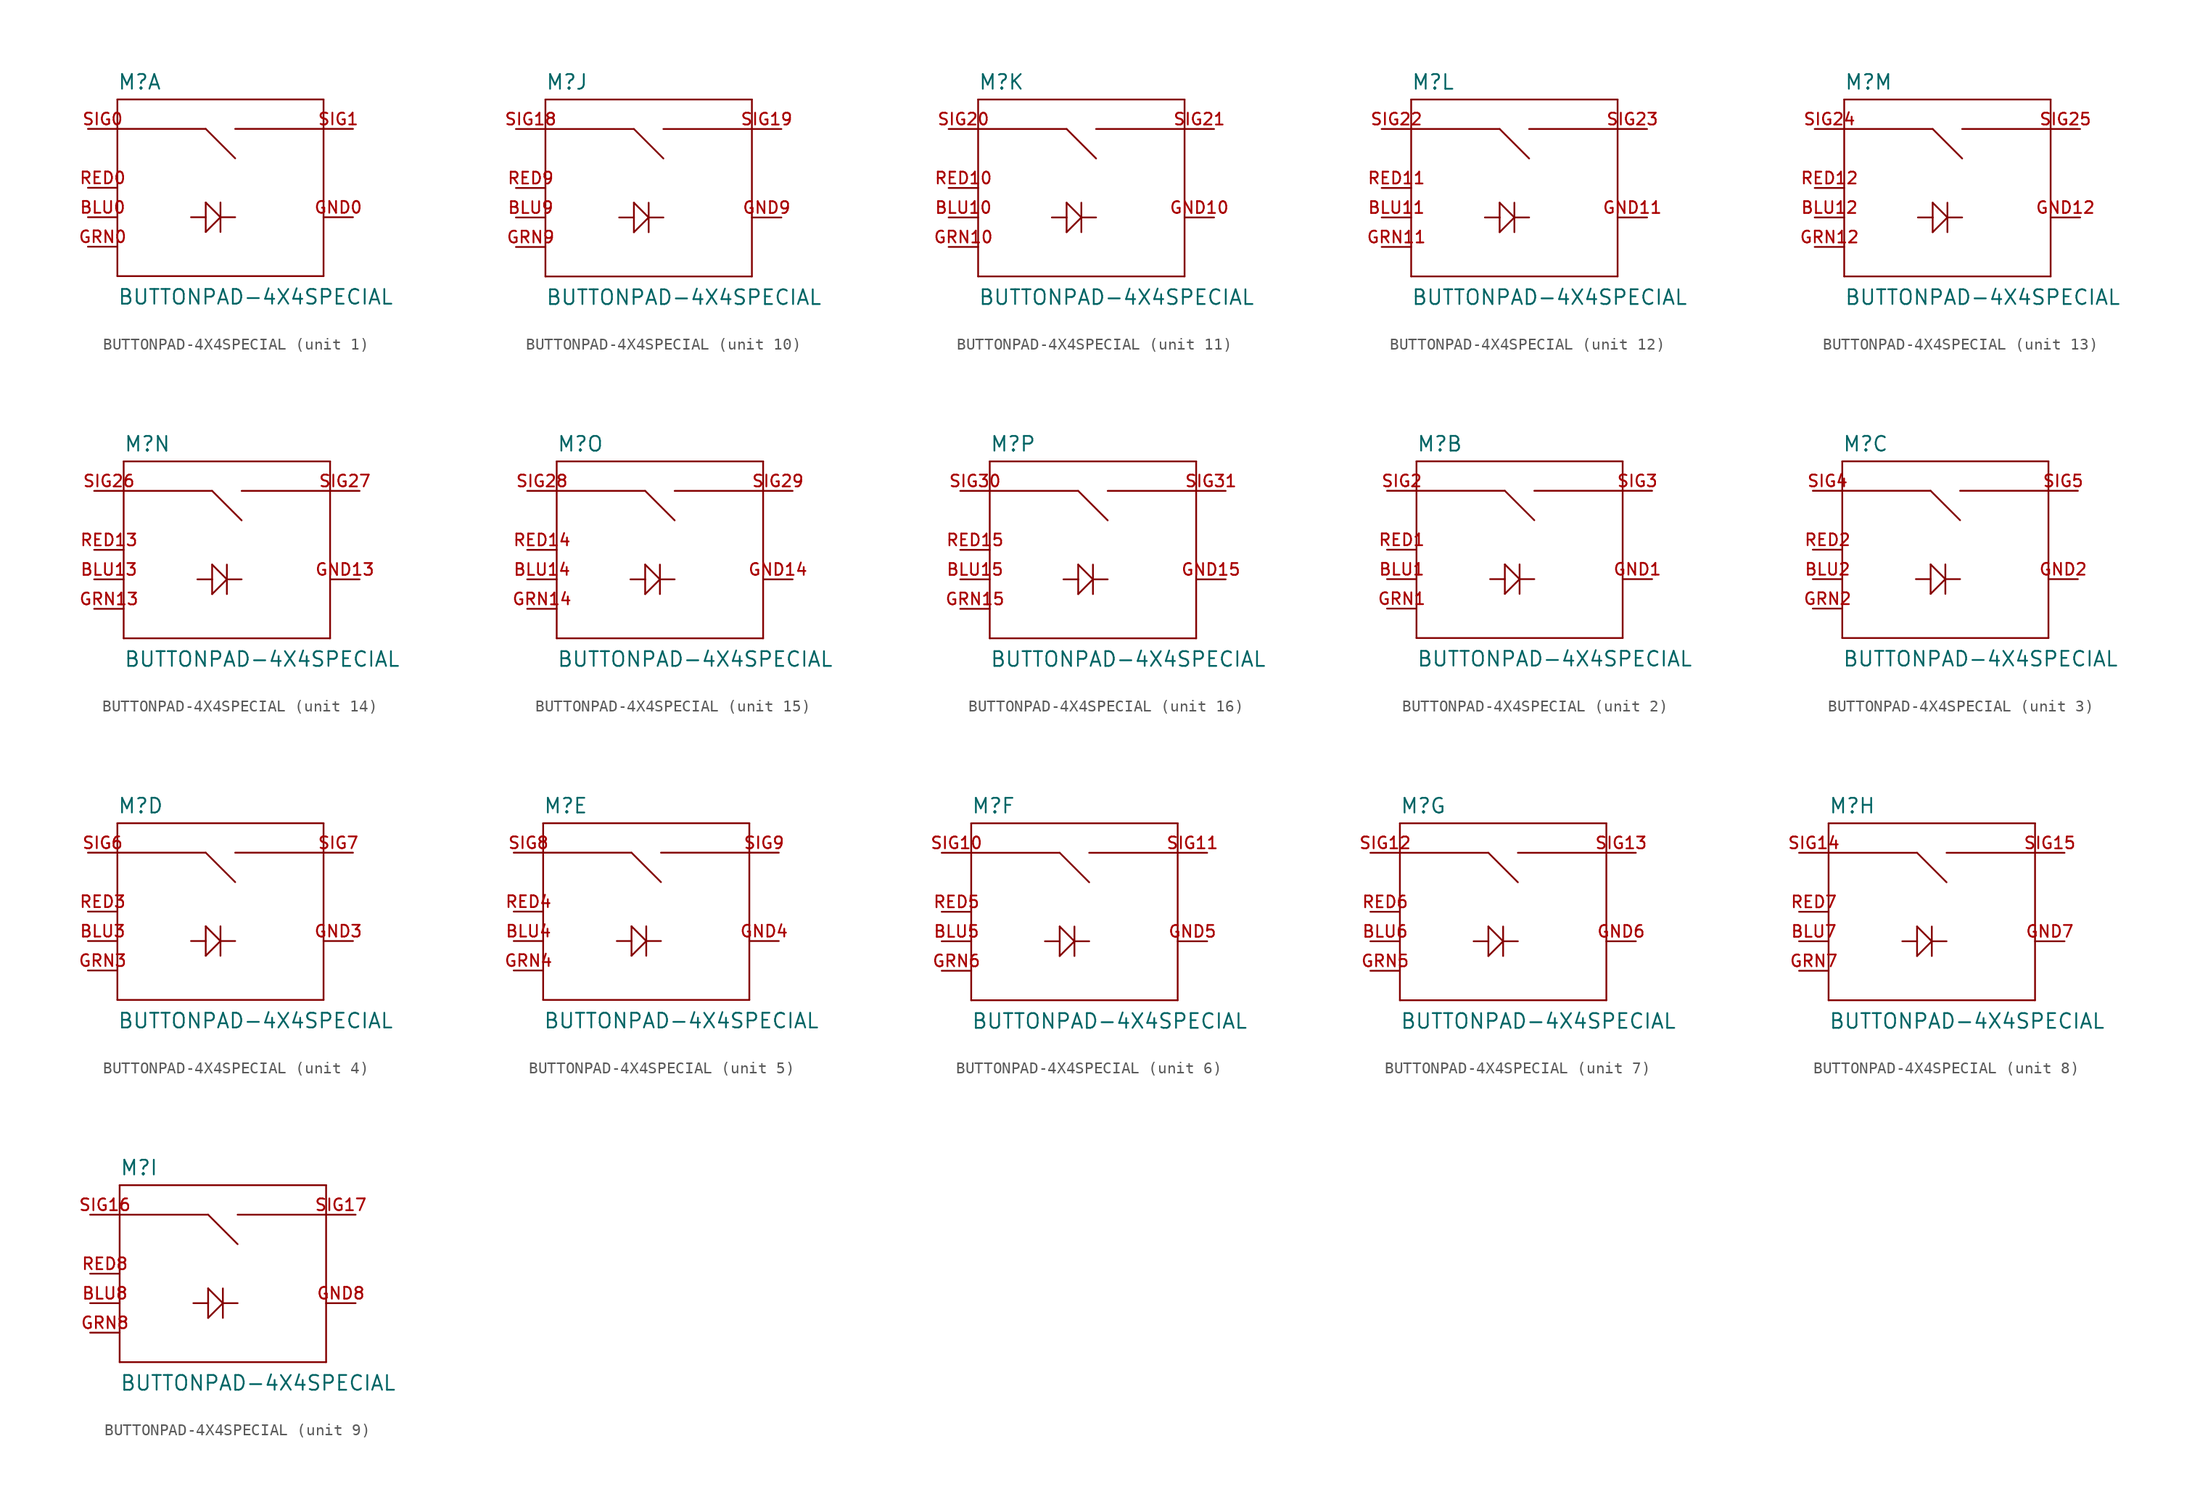
<source format=kicad_sym>
(kicad_symbol_lib
  (version 20211014)
  (generator kicad_symbol_editor)
  (symbol "BUTTONPAD-4X4SPECIAL"
    (pin_names
      (offset 1.016) hide)
    (property "Reference" "M"
      (at -7.62 8.382 0)
      (effects (font (size 1.27 1.27)) (justify left bottom)))
    (property "Value" "BUTTONPAD-4X4SPECIAL"
      (at -7.62 -10.16 0)
      (effects (font (size 1.27 1.27)) (justify left bottom)))
    (property "ki_locked" ""
      (at 0 0 0)
      (effects (font (size 1.27 1.27))))
    (symbol "BUTTONPAD-4X4SPECIAL_1_0"
      (polyline (pts (xy -7.62 -7.62) (xy -7.62 5.08)) (stroke (width 0) (type default) (color 0 0 0 0)) (fill (type none)))
      (polyline (pts (xy -7.62 5.08) (xy -7.62 7.62)) (stroke (width 0) (type default) (color 0 0 0 0)) (fill (type none)))
      (polyline (pts (xy -7.62 5.08) (xy 0 5.08)) (stroke (width 0) (type default) (color 0 0 0 0)) (fill (type none)))
      (polyline (pts (xy -7.62 7.62) (xy 10.16 7.62)) (stroke (width 0) (type default) (color 0 0 0 0)) (fill (type none)))
      (polyline (pts (xy 0 -3.81) (xy 1.27 -2.54)) (stroke (width 0) (type default) (color 0 0 0 0)) (fill (type none)))
      (polyline (pts (xy 0 -2.54) (xy -1.27 -2.54)) (stroke (width 0) (type default) (color 0 0 0 0)) (fill (type none)))
      (polyline (pts (xy 0 -2.54) (xy 0 -3.81)) (stroke (width 0) (type default) (color 0 0 0 0)) (fill (type none)))
      (polyline (pts (xy 0 -1.27) (xy 0 -2.54)) (stroke (width 0) (type default) (color 0 0 0 0)) (fill (type none)))
      (polyline (pts (xy 0 5.08) (xy 2.54 2.54)) (stroke (width 0) (type default) (color 0 0 0 0)) (fill (type none)))
      (polyline (pts (xy 1.27 -2.54) (xy 0 -1.27)) (stroke (width 0) (type default) (color 0 0 0 0)) (fill (type none)))
      (polyline (pts (xy 1.27 -2.54) (xy 1.27 -3.81)) (stroke (width 0) (type default) (color 0 0 0 0)) (fill (type none)))
      (polyline (pts (xy 1.27 -2.54) (xy 2.54 -2.54)) (stroke (width 0) (type default) (color 0 0 0 0)) (fill (type none)))
      (polyline (pts (xy 1.27 -1.27) (xy 1.27 -2.54)) (stroke (width 0) (type default) (color 0 0 0 0)) (fill (type none)))
      (polyline (pts (xy 2.54 5.08) (xy 10.16 5.08)) (stroke (width 0) (type default) (color 0 0 0 0)) (fill (type none)))
      (polyline (pts (xy 10.16 -7.62) (xy -7.62 -7.62)) (stroke (width 0) (type default) (color 0 0 0 0)) (fill (type none)))
      (polyline (pts (xy 10.16 5.08) (xy 10.16 -7.62)) (stroke (width 0) (type default) (color 0 0 0 0)) (fill (type none)))
      (polyline (pts (xy 10.16 7.62) (xy 10.16 5.08)) (stroke (width 0) (type default) (color 0 0 0 0)) (fill (type none))))
    (symbol "BUTTONPAD-4X4SPECIAL_1_1"
      (pin bidirectional line (at -10.16 -2.54 0) (length 2.54) (name "BLU" (effects (font (size 1.016 1.016)))) (number "BLU0" (effects (font (size 1.016 1.016)))))
      (pin bidirectional line (at 12.7 -2.54 180) (length 2.54) (name "GND" (effects (font (size 1.016 1.016)))) (number "GND0" (effects (font (size 1.016 1.016)))))
      (pin bidirectional line (at -10.16 -5.08 0) (length 2.54) (name "GRN" (effects (font (size 1.016 1.016)))) (number "GRN0" (effects (font (size 1.016 1.016)))))
      (pin bidirectional line (at -10.16 0 0) (length 2.54) (name "RED" (effects (font (size 1.016 1.016)))) (number "RED0" (effects (font (size 1.016 1.016)))))
      (pin bidirectional line (at -10.16 5.08 0) (length 2.54) (name "SIG1" (effects (font (size 1.016 1.016)))) (number "SIG0" (effects (font (size 1.016 1.016)))))
      (pin bidirectional line (at 12.7 5.08 180) (length 2.54) (name "SIG2" (effects (font (size 1.016 1.016)))) (number "SIG1" (effects (font (size 1.016 1.016))))))
    (symbol "BUTTONPAD-4X4SPECIAL_2_0"
      (polyline (pts (xy -7.62 -7.62) (xy -7.62 5.08)) (stroke (width 0) (type default) (color 0 0 0 0)) (fill (type none)))
      (polyline (pts (xy -7.62 5.08) (xy -7.62 7.62)) (stroke (width 0) (type default) (color 0 0 0 0)) (fill (type none)))
      (polyline (pts (xy -7.62 5.08) (xy 0 5.08)) (stroke (width 0) (type default) (color 0 0 0 0)) (fill (type none)))
      (polyline (pts (xy -7.62 7.62) (xy 10.16 7.62)) (stroke (width 0) (type default) (color 0 0 0 0)) (fill (type none)))
      (polyline (pts (xy 0 -3.81) (xy 1.27 -2.54)) (stroke (width 0) (type default) (color 0 0 0 0)) (fill (type none)))
      (polyline (pts (xy 0 -2.54) (xy -1.27 -2.54)) (stroke (width 0) (type default) (color 0 0 0 0)) (fill (type none)))
      (polyline (pts (xy 0 -2.54) (xy 0 -3.81)) (stroke (width 0) (type default) (color 0 0 0 0)) (fill (type none)))
      (polyline (pts (xy 0 -1.27) (xy 0 -2.54)) (stroke (width 0) (type default) (color 0 0 0 0)) (fill (type none)))
      (polyline (pts (xy 0 5.08) (xy 2.54 2.54)) (stroke (width 0) (type default) (color 0 0 0 0)) (fill (type none)))
      (polyline (pts (xy 1.27 -2.54) (xy 0 -1.27)) (stroke (width 0) (type default) (color 0 0 0 0)) (fill (type none)))
      (polyline (pts (xy 1.27 -2.54) (xy 1.27 -3.81)) (stroke (width 0) (type default) (color 0 0 0 0)) (fill (type none)))
      (polyline (pts (xy 1.27 -2.54) (xy 2.54 -2.54)) (stroke (width 0) (type default) (color 0 0 0 0)) (fill (type none)))
      (polyline (pts (xy 1.27 -1.27) (xy 1.27 -2.54)) (stroke (width 0) (type default) (color 0 0 0 0)) (fill (type none)))
      (polyline (pts (xy 2.54 5.08) (xy 10.16 5.08)) (stroke (width 0) (type default) (color 0 0 0 0)) (fill (type none)))
      (polyline (pts (xy 10.16 -7.62) (xy -7.62 -7.62)) (stroke (width 0) (type default) (color 0 0 0 0)) (fill (type none)))
      (polyline (pts (xy 10.16 5.08) (xy 10.16 -7.62)) (stroke (width 0) (type default) (color 0 0 0 0)) (fill (type none)))
      (polyline (pts (xy 10.16 7.62) (xy 10.16 5.08)) (stroke (width 0) (type default) (color 0 0 0 0)) (fill (type none))))
    (symbol "BUTTONPAD-4X4SPECIAL_2_1"
      (pin bidirectional line (at -10.16 -2.54 0) (length 2.54) (name "BLU" (effects (font (size 1.016 1.016)))) (number "BLU1" (effects (font (size 1.016 1.016)))))
      (pin bidirectional line (at 12.7 -2.54 180) (length 2.54) (name "GND" (effects (font (size 1.016 1.016)))) (number "GND1" (effects (font (size 1.016 1.016)))))
      (pin bidirectional line (at -10.16 -5.08 0) (length 2.54) (name "GRN" (effects (font (size 1.016 1.016)))) (number "GRN1" (effects (font (size 1.016 1.016)))))
      (pin bidirectional line (at -10.16 0 0) (length 2.54) (name "RED" (effects (font (size 1.016 1.016)))) (number "RED1" (effects (font (size 1.016 1.016)))))
      (pin bidirectional line (at -10.16 5.08 0) (length 2.54) (name "SIG1" (effects (font (size 1.016 1.016)))) (number "SIG2" (effects (font (size 1.016 1.016)))))
      (pin bidirectional line (at 12.7 5.08 180) (length 2.54) (name "SIG2" (effects (font (size 1.016 1.016)))) (number "SIG3" (effects (font (size 1.016 1.016))))))
    (symbol "BUTTONPAD-4X4SPECIAL_3_0"
      (polyline (pts (xy -7.62 -7.62) (xy -7.62 5.08)) (stroke (width 0) (type default) (color 0 0 0 0)) (fill (type none)))
      (polyline (pts (xy -7.62 5.08) (xy -7.62 7.62)) (stroke (width 0) (type default) (color 0 0 0 0)) (fill (type none)))
      (polyline (pts (xy -7.62 5.08) (xy 0 5.08)) (stroke (width 0) (type default) (color 0 0 0 0)) (fill (type none)))
      (polyline (pts (xy -7.62 7.62) (xy 10.16 7.62)) (stroke (width 0) (type default) (color 0 0 0 0)) (fill (type none)))
      (polyline (pts (xy 0 -3.81) (xy 1.27 -2.54)) (stroke (width 0) (type default) (color 0 0 0 0)) (fill (type none)))
      (polyline (pts (xy 0 -2.54) (xy -1.27 -2.54)) (stroke (width 0) (type default) (color 0 0 0 0)) (fill (type none)))
      (polyline (pts (xy 0 -2.54) (xy 0 -3.81)) (stroke (width 0) (type default) (color 0 0 0 0)) (fill (type none)))
      (polyline (pts (xy 0 -1.27) (xy 0 -2.54)) (stroke (width 0) (type default) (color 0 0 0 0)) (fill (type none)))
      (polyline (pts (xy 0 5.08) (xy 2.54 2.54)) (stroke (width 0) (type default) (color 0 0 0 0)) (fill (type none)))
      (polyline (pts (xy 1.27 -2.54) (xy 0 -1.27)) (stroke (width 0) (type default) (color 0 0 0 0)) (fill (type none)))
      (polyline (pts (xy 1.27 -2.54) (xy 1.27 -3.81)) (stroke (width 0) (type default) (color 0 0 0 0)) (fill (type none)))
      (polyline (pts (xy 1.27 -2.54) (xy 2.54 -2.54)) (stroke (width 0) (type default) (color 0 0 0 0)) (fill (type none)))
      (polyline (pts (xy 1.27 -1.27) (xy 1.27 -2.54)) (stroke (width 0) (type default) (color 0 0 0 0)) (fill (type none)))
      (polyline (pts (xy 2.54 5.08) (xy 10.16 5.08)) (stroke (width 0) (type default) (color 0 0 0 0)) (fill (type none)))
      (polyline (pts (xy 10.16 -7.62) (xy -7.62 -7.62)) (stroke (width 0) (type default) (color 0 0 0 0)) (fill (type none)))
      (polyline (pts (xy 10.16 5.08) (xy 10.16 -7.62)) (stroke (width 0) (type default) (color 0 0 0 0)) (fill (type none)))
      (polyline (pts (xy 10.16 7.62) (xy 10.16 5.08)) (stroke (width 0) (type default) (color 0 0 0 0)) (fill (type none))))
    (symbol "BUTTONPAD-4X4SPECIAL_3_1"
      (pin bidirectional line (at -10.16 -2.54 0) (length 2.54) (name "BLU" (effects (font (size 1.016 1.016)))) (number "BLU2" (effects (font (size 1.016 1.016)))))
      (pin bidirectional line (at 12.7 -2.54 180) (length 2.54) (name "GND" (effects (font (size 1.016 1.016)))) (number "GND2" (effects (font (size 1.016 1.016)))))
      (pin bidirectional line (at -10.16 -5.08 0) (length 2.54) (name "GRN" (effects (font (size 1.016 1.016)))) (number "GRN2" (effects (font (size 1.016 1.016)))))
      (pin bidirectional line (at -10.16 0 0) (length 2.54) (name "RED" (effects (font (size 1.016 1.016)))) (number "RED2" (effects (font (size 1.016 1.016)))))
      (pin bidirectional line (at -10.16 5.08 0) (length 2.54) (name "SIG1" (effects (font (size 1.016 1.016)))) (number "SIG4" (effects (font (size 1.016 1.016)))))
      (pin bidirectional line (at 12.7 5.08 180) (length 2.54) (name "SIG2" (effects (font (size 1.016 1.016)))) (number "SIG5" (effects (font (size 1.016 1.016))))))
    (symbol "BUTTONPAD-4X4SPECIAL_4_0"
      (polyline (pts (xy -7.62 -7.62) (xy -7.62 5.08)) (stroke (width 0) (type default) (color 0 0 0 0)) (fill (type none)))
      (polyline (pts (xy -7.62 5.08) (xy -7.62 7.62)) (stroke (width 0) (type default) (color 0 0 0 0)) (fill (type none)))
      (polyline (pts (xy -7.62 5.08) (xy 0 5.08)) (stroke (width 0) (type default) (color 0 0 0 0)) (fill (type none)))
      (polyline (pts (xy -7.62 7.62) (xy 10.16 7.62)) (stroke (width 0) (type default) (color 0 0 0 0)) (fill (type none)))
      (polyline (pts (xy 0 -3.81) (xy 1.27 -2.54)) (stroke (width 0) (type default) (color 0 0 0 0)) (fill (type none)))
      (polyline (pts (xy 0 -2.54) (xy -1.27 -2.54)) (stroke (width 0) (type default) (color 0 0 0 0)) (fill (type none)))
      (polyline (pts (xy 0 -2.54) (xy 0 -3.81)) (stroke (width 0) (type default) (color 0 0 0 0)) (fill (type none)))
      (polyline (pts (xy 0 -1.27) (xy 0 -2.54)) (stroke (width 0) (type default) (color 0 0 0 0)) (fill (type none)))
      (polyline (pts (xy 0 5.08) (xy 2.54 2.54)) (stroke (width 0) (type default) (color 0 0 0 0)) (fill (type none)))
      (polyline (pts (xy 1.27 -2.54) (xy 0 -1.27)) (stroke (width 0) (type default) (color 0 0 0 0)) (fill (type none)))
      (polyline (pts (xy 1.27 -2.54) (xy 1.27 -3.81)) (stroke (width 0) (type default) (color 0 0 0 0)) (fill (type none)))
      (polyline (pts (xy 1.27 -2.54) (xy 2.54 -2.54)) (stroke (width 0) (type default) (color 0 0 0 0)) (fill (type none)))
      (polyline (pts (xy 1.27 -1.27) (xy 1.27 -2.54)) (stroke (width 0) (type default) (color 0 0 0 0)) (fill (type none)))
      (polyline (pts (xy 2.54 5.08) (xy 10.16 5.08)) (stroke (width 0) (type default) (color 0 0 0 0)) (fill (type none)))
      (polyline (pts (xy 10.16 -7.62) (xy -7.62 -7.62)) (stroke (width 0) (type default) (color 0 0 0 0)) (fill (type none)))
      (polyline (pts (xy 10.16 5.08) (xy 10.16 -7.62)) (stroke (width 0) (type default) (color 0 0 0 0)) (fill (type none)))
      (polyline (pts (xy 10.16 7.62) (xy 10.16 5.08)) (stroke (width 0) (type default) (color 0 0 0 0)) (fill (type none))))
    (symbol "BUTTONPAD-4X4SPECIAL_4_1"
      (pin bidirectional line (at -10.16 -2.54 0) (length 2.54) (name "BLU" (effects (font (size 1.016 1.016)))) (number "BLU3" (effects (font (size 1.016 1.016)))))
      (pin bidirectional line (at 12.7 -2.54 180) (length 2.54) (name "GND" (effects (font (size 1.016 1.016)))) (number "GND3" (effects (font (size 1.016 1.016)))))
      (pin bidirectional line (at -10.16 -5.08 0) (length 2.54) (name "GRN" (effects (font (size 1.016 1.016)))) (number "GRN3" (effects (font (size 1.016 1.016)))))
      (pin bidirectional line (at -10.16 0 0) (length 2.54) (name "RED" (effects (font (size 1.016 1.016)))) (number "RED3" (effects (font (size 1.016 1.016)))))
      (pin bidirectional line (at -10.16 5.08 0) (length 2.54) (name "SIG1" (effects (font (size 1.016 1.016)))) (number "SIG6" (effects (font (size 1.016 1.016)))))
      (pin bidirectional line (at 12.7 5.08 180) (length 2.54) (name "SIG2" (effects (font (size 1.016 1.016)))) (number "SIG7" (effects (font (size 1.016 1.016))))))
    (symbol "BUTTONPAD-4X4SPECIAL_5_0"
      (polyline (pts (xy -7.62 -7.62) (xy -7.62 5.08)) (stroke (width 0) (type default) (color 0 0 0 0)) (fill (type none)))
      (polyline (pts (xy -7.62 5.08) (xy -7.62 7.62)) (stroke (width 0) (type default) (color 0 0 0 0)) (fill (type none)))
      (polyline (pts (xy -7.62 5.08) (xy 0 5.08)) (stroke (width 0) (type default) (color 0 0 0 0)) (fill (type none)))
      (polyline (pts (xy -7.62 7.62) (xy 10.16 7.62)) (stroke (width 0) (type default) (color 0 0 0 0)) (fill (type none)))
      (polyline (pts (xy 0 -3.81) (xy 1.27 -2.54)) (stroke (width 0) (type default) (color 0 0 0 0)) (fill (type none)))
      (polyline (pts (xy 0 -2.54) (xy -1.27 -2.54)) (stroke (width 0) (type default) (color 0 0 0 0)) (fill (type none)))
      (polyline (pts (xy 0 -2.54) (xy 0 -3.81)) (stroke (width 0) (type default) (color 0 0 0 0)) (fill (type none)))
      (polyline (pts (xy 0 -1.27) (xy 0 -2.54)) (stroke (width 0) (type default) (color 0 0 0 0)) (fill (type none)))
      (polyline (pts (xy 0 5.08) (xy 2.54 2.54)) (stroke (width 0) (type default) (color 0 0 0 0)) (fill (type none)))
      (polyline (pts (xy 1.27 -2.54) (xy 0 -1.27)) (stroke (width 0) (type default) (color 0 0 0 0)) (fill (type none)))
      (polyline (pts (xy 1.27 -2.54) (xy 1.27 -3.81)) (stroke (width 0) (type default) (color 0 0 0 0)) (fill (type none)))
      (polyline (pts (xy 1.27 -2.54) (xy 2.54 -2.54)) (stroke (width 0) (type default) (color 0 0 0 0)) (fill (type none)))
      (polyline (pts (xy 1.27 -1.27) (xy 1.27 -2.54)) (stroke (width 0) (type default) (color 0 0 0 0)) (fill (type none)))
      (polyline (pts (xy 2.54 5.08) (xy 10.16 5.08)) (stroke (width 0) (type default) (color 0 0 0 0)) (fill (type none)))
      (polyline (pts (xy 10.16 -7.62) (xy -7.62 -7.62)) (stroke (width 0) (type default) (color 0 0 0 0)) (fill (type none)))
      (polyline (pts (xy 10.16 5.08) (xy 10.16 -7.62)) (stroke (width 0) (type default) (color 0 0 0 0)) (fill (type none)))
      (polyline (pts (xy 10.16 7.62) (xy 10.16 5.08)) (stroke (width 0) (type default) (color 0 0 0 0)) (fill (type none))))
    (symbol "BUTTONPAD-4X4SPECIAL_5_1"
      (pin bidirectional line (at -10.16 -2.54 0) (length 2.54) (name "BLU" (effects (font (size 1.016 1.016)))) (number "BLU4" (effects (font (size 1.016 1.016)))))
      (pin bidirectional line (at 12.7 -2.54 180) (length 2.54) (name "GND" (effects (font (size 1.016 1.016)))) (number "GND4" (effects (font (size 1.016 1.016)))))
      (pin bidirectional line (at -10.16 -5.08 0) (length 2.54) (name "GRN" (effects (font (size 1.016 1.016)))) (number "GRN4" (effects (font (size 1.016 1.016)))))
      (pin bidirectional line (at -10.16 0 0) (length 2.54) (name "RED" (effects (font (size 1.016 1.016)))) (number "RED4" (effects (font (size 1.016 1.016)))))
      (pin bidirectional line (at -10.16 5.08 0) (length 2.54) (name "SIG1" (effects (font (size 1.016 1.016)))) (number "SIG8" (effects (font (size 1.016 1.016)))))
      (pin bidirectional line (at 12.7 5.08 180) (length 2.54) (name "SIG2" (effects (font (size 1.016 1.016)))) (number "SIG9" (effects (font (size 1.016 1.016))))))
    (symbol "BUTTONPAD-4X4SPECIAL_6_0"
      (polyline (pts (xy -7.62 -7.62) (xy -7.62 5.08)) (stroke (width 0) (type default) (color 0 0 0 0)) (fill (type none)))
      (polyline (pts (xy -7.62 5.08) (xy -7.62 7.62)) (stroke (width 0) (type default) (color 0 0 0 0)) (fill (type none)))
      (polyline (pts (xy -7.62 5.08) (xy 0 5.08)) (stroke (width 0) (type default) (color 0 0 0 0)) (fill (type none)))
      (polyline (pts (xy -7.62 7.62) (xy 10.16 7.62)) (stroke (width 0) (type default) (color 0 0 0 0)) (fill (type none)))
      (polyline (pts (xy 0 -3.81) (xy 1.27 -2.54)) (stroke (width 0) (type default) (color 0 0 0 0)) (fill (type none)))
      (polyline (pts (xy 0 -2.54) (xy -1.27 -2.54)) (stroke (width 0) (type default) (color 0 0 0 0)) (fill (type none)))
      (polyline (pts (xy 0 -2.54) (xy 0 -3.81)) (stroke (width 0) (type default) (color 0 0 0 0)) (fill (type none)))
      (polyline (pts (xy 0 -1.27) (xy 0 -2.54)) (stroke (width 0) (type default) (color 0 0 0 0)) (fill (type none)))
      (polyline (pts (xy 0 5.08) (xy 2.54 2.54)) (stroke (width 0) (type default) (color 0 0 0 0)) (fill (type none)))
      (polyline (pts (xy 1.27 -2.54) (xy 0 -1.27)) (stroke (width 0) (type default) (color 0 0 0 0)) (fill (type none)))
      (polyline (pts (xy 1.27 -2.54) (xy 1.27 -3.81)) (stroke (width 0) (type default) (color 0 0 0 0)) (fill (type none)))
      (polyline (pts (xy 1.27 -2.54) (xy 2.54 -2.54)) (stroke (width 0) (type default) (color 0 0 0 0)) (fill (type none)))
      (polyline (pts (xy 1.27 -1.27) (xy 1.27 -2.54)) (stroke (width 0) (type default) (color 0 0 0 0)) (fill (type none)))
      (polyline (pts (xy 2.54 5.08) (xy 10.16 5.08)) (stroke (width 0) (type default) (color 0 0 0 0)) (fill (type none)))
      (polyline (pts (xy 10.16 -7.62) (xy -7.62 -7.62)) (stroke (width 0) (type default) (color 0 0 0 0)) (fill (type none)))
      (polyline (pts (xy 10.16 5.08) (xy 10.16 -7.62)) (stroke (width 0) (type default) (color 0 0 0 0)) (fill (type none)))
      (polyline (pts (xy 10.16 7.62) (xy 10.16 5.08)) (stroke (width 0) (type default) (color 0 0 0 0)) (fill (type none))))
    (symbol "BUTTONPAD-4X4SPECIAL_6_1"
      (pin bidirectional line (at -10.16 -2.54 0) (length 2.54) (name "BLU" (effects (font (size 1.016 1.016)))) (number "BLU5" (effects (font (size 1.016 1.016)))))
      (pin bidirectional line (at 12.7 -2.54 180) (length 2.54) (name "GND" (effects (font (size 1.016 1.016)))) (number "GND5" (effects (font (size 1.016 1.016)))))
      (pin bidirectional line (at -10.16 -5.08 0) (length 2.54) (name "GRN" (effects (font (size 1.016 1.016)))) (number "GRN6" (effects (font (size 1.016 1.016)))))
      (pin bidirectional line (at -10.16 0 0) (length 2.54) (name "RED" (effects (font (size 1.016 1.016)))) (number "RED5" (effects (font (size 1.016 1.016)))))
      (pin bidirectional line (at -10.16 5.08 0) (length 2.54) (name "SIG1" (effects (font (size 1.016 1.016)))) (number "SIG10" (effects (font (size 1.016 1.016)))))
      (pin bidirectional line (at 12.7 5.08 180) (length 2.54) (name "SIG2" (effects (font (size 1.016 1.016)))) (number "SIG11" (effects (font (size 1.016 1.016))))))
    (symbol "BUTTONPAD-4X4SPECIAL_7_0"
      (polyline (pts (xy -7.62 -7.62) (xy -7.62 5.08)) (stroke (width 0) (type default) (color 0 0 0 0)) (fill (type none)))
      (polyline (pts (xy -7.62 5.08) (xy -7.62 7.62)) (stroke (width 0) (type default) (color 0 0 0 0)) (fill (type none)))
      (polyline (pts (xy -7.62 5.08) (xy 0 5.08)) (stroke (width 0) (type default) (color 0 0 0 0)) (fill (type none)))
      (polyline (pts (xy -7.62 7.62) (xy 10.16 7.62)) (stroke (width 0) (type default) (color 0 0 0 0)) (fill (type none)))
      (polyline (pts (xy 0 -3.81) (xy 1.27 -2.54)) (stroke (width 0) (type default) (color 0 0 0 0)) (fill (type none)))
      (polyline (pts (xy 0 -2.54) (xy -1.27 -2.54)) (stroke (width 0) (type default) (color 0 0 0 0)) (fill (type none)))
      (polyline (pts (xy 0 -2.54) (xy 0 -3.81)) (stroke (width 0) (type default) (color 0 0 0 0)) (fill (type none)))
      (polyline (pts (xy 0 -1.27) (xy 0 -2.54)) (stroke (width 0) (type default) (color 0 0 0 0)) (fill (type none)))
      (polyline (pts (xy 0 5.08) (xy 2.54 2.54)) (stroke (width 0) (type default) (color 0 0 0 0)) (fill (type none)))
      (polyline (pts (xy 1.27 -2.54) (xy 0 -1.27)) (stroke (width 0) (type default) (color 0 0 0 0)) (fill (type none)))
      (polyline (pts (xy 1.27 -2.54) (xy 1.27 -3.81)) (stroke (width 0) (type default) (color 0 0 0 0)) (fill (type none)))
      (polyline (pts (xy 1.27 -2.54) (xy 2.54 -2.54)) (stroke (width 0) (type default) (color 0 0 0 0)) (fill (type none)))
      (polyline (pts (xy 1.27 -1.27) (xy 1.27 -2.54)) (stroke (width 0) (type default) (color 0 0 0 0)) (fill (type none)))
      (polyline (pts (xy 2.54 5.08) (xy 10.16 5.08)) (stroke (width 0) (type default) (color 0 0 0 0)) (fill (type none)))
      (polyline (pts (xy 10.16 -7.62) (xy -7.62 -7.62)) (stroke (width 0) (type default) (color 0 0 0 0)) (fill (type none)))
      (polyline (pts (xy 10.16 5.08) (xy 10.16 -7.62)) (stroke (width 0) (type default) (color 0 0 0 0)) (fill (type none)))
      (polyline (pts (xy 10.16 7.62) (xy 10.16 5.08)) (stroke (width 0) (type default) (color 0 0 0 0)) (fill (type none))))
    (symbol "BUTTONPAD-4X4SPECIAL_7_1"
      (pin bidirectional line (at -10.16 -2.54 0) (length 2.54) (name "BLU" (effects (font (size 1.016 1.016)))) (number "BLU6" (effects (font (size 1.016 1.016)))))
      (pin bidirectional line (at 12.7 -2.54 180) (length 2.54) (name "GND" (effects (font (size 1.016 1.016)))) (number "GND6" (effects (font (size 1.016 1.016)))))
      (pin bidirectional line (at -10.16 -5.08 0) (length 2.54) (name "GRN" (effects (font (size 1.016 1.016)))) (number "GRN5" (effects (font (size 1.016 1.016)))))
      (pin bidirectional line (at -10.16 0 0) (length 2.54) (name "RED" (effects (font (size 1.016 1.016)))) (number "RED6" (effects (font (size 1.016 1.016)))))
      (pin bidirectional line (at -10.16 5.08 0) (length 2.54) (name "SIG1" (effects (font (size 1.016 1.016)))) (number "SIG12" (effects (font (size 1.016 1.016)))))
      (pin bidirectional line (at 12.7 5.08 180) (length 2.54) (name "SIG2" (effects (font (size 1.016 1.016)))) (number "SIG13" (effects (font (size 1.016 1.016))))))
    (symbol "BUTTONPAD-4X4SPECIAL_8_0"
      (polyline (pts (xy -7.62 -7.62) (xy -7.62 5.08)) (stroke (width 0) (type default) (color 0 0 0 0)) (fill (type none)))
      (polyline (pts (xy -7.62 5.08) (xy -7.62 7.62)) (stroke (width 0) (type default) (color 0 0 0 0)) (fill (type none)))
      (polyline (pts (xy -7.62 5.08) (xy 0 5.08)) (stroke (width 0) (type default) (color 0 0 0 0)) (fill (type none)))
      (polyline (pts (xy -7.62 7.62) (xy 10.16 7.62)) (stroke (width 0) (type default) (color 0 0 0 0)) (fill (type none)))
      (polyline (pts (xy 0 -3.81) (xy 1.27 -2.54)) (stroke (width 0) (type default) (color 0 0 0 0)) (fill (type none)))
      (polyline (pts (xy 0 -2.54) (xy -1.27 -2.54)) (stroke (width 0) (type default) (color 0 0 0 0)) (fill (type none)))
      (polyline (pts (xy 0 -2.54) (xy 0 -3.81)) (stroke (width 0) (type default) (color 0 0 0 0)) (fill (type none)))
      (polyline (pts (xy 0 -1.27) (xy 0 -2.54)) (stroke (width 0) (type default) (color 0 0 0 0)) (fill (type none)))
      (polyline (pts (xy 0 5.08) (xy 2.54 2.54)) (stroke (width 0) (type default) (color 0 0 0 0)) (fill (type none)))
      (polyline (pts (xy 1.27 -2.54) (xy 0 -1.27)) (stroke (width 0) (type default) (color 0 0 0 0)) (fill (type none)))
      (polyline (pts (xy 1.27 -2.54) (xy 1.27 -3.81)) (stroke (width 0) (type default) (color 0 0 0 0)) (fill (type none)))
      (polyline (pts (xy 1.27 -2.54) (xy 2.54 -2.54)) (stroke (width 0) (type default) (color 0 0 0 0)) (fill (type none)))
      (polyline (pts (xy 1.27 -1.27) (xy 1.27 -2.54)) (stroke (width 0) (type default) (color 0 0 0 0)) (fill (type none)))
      (polyline (pts (xy 2.54 5.08) (xy 10.16 5.08)) (stroke (width 0) (type default) (color 0 0 0 0)) (fill (type none)))
      (polyline (pts (xy 10.16 -7.62) (xy -7.62 -7.62)) (stroke (width 0) (type default) (color 0 0 0 0)) (fill (type none)))
      (polyline (pts (xy 10.16 5.08) (xy 10.16 -7.62)) (stroke (width 0) (type default) (color 0 0 0 0)) (fill (type none)))
      (polyline (pts (xy 10.16 7.62) (xy 10.16 5.08)) (stroke (width 0) (type default) (color 0 0 0 0)) (fill (type none))))
    (symbol "BUTTONPAD-4X4SPECIAL_8_1"
      (pin bidirectional line (at -10.16 -2.54 0) (length 2.54) (name "BLU" (effects (font (size 1.016 1.016)))) (number "BLU7" (effects (font (size 1.016 1.016)))))
      (pin bidirectional line (at 12.7 -2.54 180) (length 2.54) (name "GND" (effects (font (size 1.016 1.016)))) (number "GND7" (effects (font (size 1.016 1.016)))))
      (pin bidirectional line (at -10.16 -5.08 0) (length 2.54) (name "GRN" (effects (font (size 1.016 1.016)))) (number "GRN7" (effects (font (size 1.016 1.016)))))
      (pin bidirectional line (at -10.16 0 0) (length 2.54) (name "RED" (effects (font (size 1.016 1.016)))) (number "RED7" (effects (font (size 1.016 1.016)))))
      (pin bidirectional line (at -10.16 5.08 0) (length 2.54) (name "SIG1" (effects (font (size 1.016 1.016)))) (number "SIG14" (effects (font (size 1.016 1.016)))))
      (pin bidirectional line (at 12.7 5.08 180) (length 2.54) (name "SIG2" (effects (font (size 1.016 1.016)))) (number "SIG15" (effects (font (size 1.016 1.016))))))
    (symbol "BUTTONPAD-4X4SPECIAL_9_0"
      (polyline (pts (xy -7.62 -7.62) (xy -7.62 5.08)) (stroke (width 0) (type default) (color 0 0 0 0)) (fill (type none)))
      (polyline (pts (xy -7.62 5.08) (xy -7.62 7.62)) (stroke (width 0) (type default) (color 0 0 0 0)) (fill (type none)))
      (polyline (pts (xy -7.62 5.08) (xy 0 5.08)) (stroke (width 0) (type default) (color 0 0 0 0)) (fill (type none)))
      (polyline (pts (xy -7.62 7.62) (xy 10.16 7.62)) (stroke (width 0) (type default) (color 0 0 0 0)) (fill (type none)))
      (polyline (pts (xy 0 -3.81) (xy 1.27 -2.54)) (stroke (width 0) (type default) (color 0 0 0 0)) (fill (type none)))
      (polyline (pts (xy 0 -2.54) (xy -1.27 -2.54)) (stroke (width 0) (type default) (color 0 0 0 0)) (fill (type none)))
      (polyline (pts (xy 0 -2.54) (xy 0 -3.81)) (stroke (width 0) (type default) (color 0 0 0 0)) (fill (type none)))
      (polyline (pts (xy 0 -1.27) (xy 0 -2.54)) (stroke (width 0) (type default) (color 0 0 0 0)) (fill (type none)))
      (polyline (pts (xy 0 5.08) (xy 2.54 2.54)) (stroke (width 0) (type default) (color 0 0 0 0)) (fill (type none)))
      (polyline (pts (xy 1.27 -2.54) (xy 0 -1.27)) (stroke (width 0) (type default) (color 0 0 0 0)) (fill (type none)))
      (polyline (pts (xy 1.27 -2.54) (xy 1.27 -3.81)) (stroke (width 0) (type default) (color 0 0 0 0)) (fill (type none)))
      (polyline (pts (xy 1.27 -2.54) (xy 2.54 -2.54)) (stroke (width 0) (type default) (color 0 0 0 0)) (fill (type none)))
      (polyline (pts (xy 1.27 -1.27) (xy 1.27 -2.54)) (stroke (width 0) (type default) (color 0 0 0 0)) (fill (type none)))
      (polyline (pts (xy 2.54 5.08) (xy 10.16 5.08)) (stroke (width 0) (type default) (color 0 0 0 0)) (fill (type none)))
      (polyline (pts (xy 10.16 -7.62) (xy -7.62 -7.62)) (stroke (width 0) (type default) (color 0 0 0 0)) (fill (type none)))
      (polyline (pts (xy 10.16 5.08) (xy 10.16 -7.62)) (stroke (width 0) (type default) (color 0 0 0 0)) (fill (type none)))
      (polyline (pts (xy 10.16 7.62) (xy 10.16 5.08)) (stroke (width 0) (type default) (color 0 0 0 0)) (fill (type none))))
    (symbol "BUTTONPAD-4X4SPECIAL_9_1"
      (pin bidirectional line (at -10.16 -2.54 0) (length 2.54) (name "BLU" (effects (font (size 1.016 1.016)))) (number "BLU8" (effects (font (size 1.016 1.016)))))
      (pin bidirectional line (at 12.7 -2.54 180) (length 2.54) (name "GND" (effects (font (size 1.016 1.016)))) (number "GND8" (effects (font (size 1.016 1.016)))))
      (pin bidirectional line (at -10.16 -5.08 0) (length 2.54) (name "GRN" (effects (font (size 1.016 1.016)))) (number "GRN8" (effects (font (size 1.016 1.016)))))
      (pin bidirectional line (at -10.16 0 0) (length 2.54) (name "RED" (effects (font (size 1.016 1.016)))) (number "RED8" (effects (font (size 1.016 1.016)))))
      (pin bidirectional line (at -10.16 5.08 0) (length 2.54) (name "SIG1" (effects (font (size 1.016 1.016)))) (number "SIG16" (effects (font (size 1.016 1.016)))))
      (pin bidirectional line (at 12.7 5.08 180) (length 2.54) (name "SIG2" (effects (font (size 1.016 1.016)))) (number "SIG17" (effects (font (size 1.016 1.016))))))
    (symbol "BUTTONPAD-4X4SPECIAL_10_0"
      (polyline (pts (xy -7.62 -7.62) (xy -7.62 5.08)) (stroke (width 0) (type default) (color 0 0 0 0)) (fill (type none)))
      (polyline (pts (xy -7.62 5.08) (xy -7.62 7.62)) (stroke (width 0) (type default) (color 0 0 0 0)) (fill (type none)))
      (polyline (pts (xy -7.62 5.08) (xy 0 5.08)) (stroke (width 0) (type default) (color 0 0 0 0)) (fill (type none)))
      (polyline (pts (xy -7.62 7.62) (xy 10.16 7.62)) (stroke (width 0) (type default) (color 0 0 0 0)) (fill (type none)))
      (polyline (pts (xy 0 -3.81) (xy 1.27 -2.54)) (stroke (width 0) (type default) (color 0 0 0 0)) (fill (type none)))
      (polyline (pts (xy 0 -2.54) (xy -1.27 -2.54)) (stroke (width 0) (type default) (color 0 0 0 0)) (fill (type none)))
      (polyline (pts (xy 0 -2.54) (xy 0 -3.81)) (stroke (width 0) (type default) (color 0 0 0 0)) (fill (type none)))
      (polyline (pts (xy 0 -1.27) (xy 0 -2.54)) (stroke (width 0) (type default) (color 0 0 0 0)) (fill (type none)))
      (polyline (pts (xy 0 5.08) (xy 2.54 2.54)) (stroke (width 0) (type default) (color 0 0 0 0)) (fill (type none)))
      (polyline (pts (xy 1.27 -2.54) (xy 0 -1.27)) (stroke (width 0) (type default) (color 0 0 0 0)) (fill (type none)))
      (polyline (pts (xy 1.27 -2.54) (xy 1.27 -3.81)) (stroke (width 0) (type default) (color 0 0 0 0)) (fill (type none)))
      (polyline (pts (xy 1.27 -2.54) (xy 2.54 -2.54)) (stroke (width 0) (type default) (color 0 0 0 0)) (fill (type none)))
      (polyline (pts (xy 1.27 -1.27) (xy 1.27 -2.54)) (stroke (width 0) (type default) (color 0 0 0 0)) (fill (type none)))
      (polyline (pts (xy 2.54 5.08) (xy 10.16 5.08)) (stroke (width 0) (type default) (color 0 0 0 0)) (fill (type none)))
      (polyline (pts (xy 10.16 -7.62) (xy -7.62 -7.62)) (stroke (width 0) (type default) (color 0 0 0 0)) (fill (type none)))
      (polyline (pts (xy 10.16 5.08) (xy 10.16 -7.62)) (stroke (width 0) (type default) (color 0 0 0 0)) (fill (type none)))
      (polyline (pts (xy 10.16 7.62) (xy 10.16 5.08)) (stroke (width 0) (type default) (color 0 0 0 0)) (fill (type none))))
    (symbol "BUTTONPAD-4X4SPECIAL_10_1"
      (pin bidirectional line (at -10.16 -2.54 0) (length 2.54) (name "BLU" (effects (font (size 1.016 1.016)))) (number "BLU9" (effects (font (size 1.016 1.016)))))
      (pin bidirectional line (at 12.7 -2.54 180) (length 2.54) (name "GND" (effects (font (size 1.016 1.016)))) (number "GND9" (effects (font (size 1.016 1.016)))))
      (pin bidirectional line (at -10.16 -5.08 0) (length 2.54) (name "GRN" (effects (font (size 1.016 1.016)))) (number "GRN9" (effects (font (size 1.016 1.016)))))
      (pin bidirectional line (at -10.16 0 0) (length 2.54) (name "RED" (effects (font (size 1.016 1.016)))) (number "RED9" (effects (font (size 1.016 1.016)))))
      (pin bidirectional line (at -10.16 5.08 0) (length 2.54) (name "SIG1" (effects (font (size 1.016 1.016)))) (number "SIG18" (effects (font (size 1.016 1.016)))))
      (pin bidirectional line (at 12.7 5.08 180) (length 2.54) (name "SIG2" (effects (font (size 1.016 1.016)))) (number "SIG19" (effects (font (size 1.016 1.016))))))
    (symbol "BUTTONPAD-4X4SPECIAL_11_0"
      (polyline (pts (xy -7.62 -7.62) (xy -7.62 5.08)) (stroke (width 0) (type default) (color 0 0 0 0)) (fill (type none)))
      (polyline (pts (xy -7.62 5.08) (xy -7.62 7.62)) (stroke (width 0) (type default) (color 0 0 0 0)) (fill (type none)))
      (polyline (pts (xy -7.62 5.08) (xy 0 5.08)) (stroke (width 0) (type default) (color 0 0 0 0)) (fill (type none)))
      (polyline (pts (xy -7.62 7.62) (xy 10.16 7.62)) (stroke (width 0) (type default) (color 0 0 0 0)) (fill (type none)))
      (polyline (pts (xy 0 -3.81) (xy 1.27 -2.54)) (stroke (width 0) (type default) (color 0 0 0 0)) (fill (type none)))
      (polyline (pts (xy 0 -2.54) (xy -1.27 -2.54)) (stroke (width 0) (type default) (color 0 0 0 0)) (fill (type none)))
      (polyline (pts (xy 0 -2.54) (xy 0 -3.81)) (stroke (width 0) (type default) (color 0 0 0 0)) (fill (type none)))
      (polyline (pts (xy 0 -1.27) (xy 0 -2.54)) (stroke (width 0) (type default) (color 0 0 0 0)) (fill (type none)))
      (polyline (pts (xy 0 5.08) (xy 2.54 2.54)) (stroke (width 0) (type default) (color 0 0 0 0)) (fill (type none)))
      (polyline (pts (xy 1.27 -2.54) (xy 0 -1.27)) (stroke (width 0) (type default) (color 0 0 0 0)) (fill (type none)))
      (polyline (pts (xy 1.27 -2.54) (xy 1.27 -3.81)) (stroke (width 0) (type default) (color 0 0 0 0)) (fill (type none)))
      (polyline (pts (xy 1.27 -2.54) (xy 2.54 -2.54)) (stroke (width 0) (type default) (color 0 0 0 0)) (fill (type none)))
      (polyline (pts (xy 1.27 -1.27) (xy 1.27 -2.54)) (stroke (width 0) (type default) (color 0 0 0 0)) (fill (type none)))
      (polyline (pts (xy 2.54 5.08) (xy 10.16 5.08)) (stroke (width 0) (type default) (color 0 0 0 0)) (fill (type none)))
      (polyline (pts (xy 10.16 -7.62) (xy -7.62 -7.62)) (stroke (width 0) (type default) (color 0 0 0 0)) (fill (type none)))
      (polyline (pts (xy 10.16 5.08) (xy 10.16 -7.62)) (stroke (width 0) (type default) (color 0 0 0 0)) (fill (type none)))
      (polyline (pts (xy 10.16 7.62) (xy 10.16 5.08)) (stroke (width 0) (type default) (color 0 0 0 0)) (fill (type none))))
    (symbol "BUTTONPAD-4X4SPECIAL_11_1"
      (pin bidirectional line (at -10.16 -2.54 0) (length 2.54) (name "BLU" (effects (font (size 1.016 1.016)))) (number "BLU10" (effects (font (size 1.016 1.016)))))
      (pin bidirectional line (at 12.7 -2.54 180) (length 2.54) (name "GND" (effects (font (size 1.016 1.016)))) (number "GND10" (effects (font (size 1.016 1.016)))))
      (pin bidirectional line (at -10.16 -5.08 0) (length 2.54) (name "GRN" (effects (font (size 1.016 1.016)))) (number "GRN10" (effects (font (size 1.016 1.016)))))
      (pin bidirectional line (at -10.16 0 0) (length 2.54) (name "RED" (effects (font (size 1.016 1.016)))) (number "RED10" (effects (font (size 1.016 1.016)))))
      (pin bidirectional line (at -10.16 5.08 0) (length 2.54) (name "SIG1" (effects (font (size 1.016 1.016)))) (number "SIG20" (effects (font (size 1.016 1.016)))))
      (pin bidirectional line (at 12.7 5.08 180) (length 2.54) (name "SIG2" (effects (font (size 1.016 1.016)))) (number "SIG21" (effects (font (size 1.016 1.016))))))
    (symbol "BUTTONPAD-4X4SPECIAL_12_0"
      (polyline (pts (xy -7.62 -7.62) (xy -7.62 5.08)) (stroke (width 0) (type default) (color 0 0 0 0)) (fill (type none)))
      (polyline (pts (xy -7.62 5.08) (xy -7.62 7.62)) (stroke (width 0) (type default) (color 0 0 0 0)) (fill (type none)))
      (polyline (pts (xy -7.62 5.08) (xy 0 5.08)) (stroke (width 0) (type default) (color 0 0 0 0)) (fill (type none)))
      (polyline (pts (xy -7.62 7.62) (xy 10.16 7.62)) (stroke (width 0) (type default) (color 0 0 0 0)) (fill (type none)))
      (polyline (pts (xy 0 -3.81) (xy 1.27 -2.54)) (stroke (width 0) (type default) (color 0 0 0 0)) (fill (type none)))
      (polyline (pts (xy 0 -2.54) (xy -1.27 -2.54)) (stroke (width 0) (type default) (color 0 0 0 0)) (fill (type none)))
      (polyline (pts (xy 0 -2.54) (xy 0 -3.81)) (stroke (width 0) (type default) (color 0 0 0 0)) (fill (type none)))
      (polyline (pts (xy 0 -1.27) (xy 0 -2.54)) (stroke (width 0) (type default) (color 0 0 0 0)) (fill (type none)))
      (polyline (pts (xy 0 5.08) (xy 2.54 2.54)) (stroke (width 0) (type default) (color 0 0 0 0)) (fill (type none)))
      (polyline (pts (xy 1.27 -2.54) (xy 0 -1.27)) (stroke (width 0) (type default) (color 0 0 0 0)) (fill (type none)))
      (polyline (pts (xy 1.27 -2.54) (xy 1.27 -3.81)) (stroke (width 0) (type default) (color 0 0 0 0)) (fill (type none)))
      (polyline (pts (xy 1.27 -2.54) (xy 2.54 -2.54)) (stroke (width 0) (type default) (color 0 0 0 0)) (fill (type none)))
      (polyline (pts (xy 1.27 -1.27) (xy 1.27 -2.54)) (stroke (width 0) (type default) (color 0 0 0 0)) (fill (type none)))
      (polyline (pts (xy 2.54 5.08) (xy 10.16 5.08)) (stroke (width 0) (type default) (color 0 0 0 0)) (fill (type none)))
      (polyline (pts (xy 10.16 -7.62) (xy -7.62 -7.62)) (stroke (width 0) (type default) (color 0 0 0 0)) (fill (type none)))
      (polyline (pts (xy 10.16 5.08) (xy 10.16 -7.62)) (stroke (width 0) (type default) (color 0 0 0 0)) (fill (type none)))
      (polyline (pts (xy 10.16 7.62) (xy 10.16 5.08)) (stroke (width 0) (type default) (color 0 0 0 0)) (fill (type none))))
    (symbol "BUTTONPAD-4X4SPECIAL_12_1"
      (pin bidirectional line (at -10.16 -2.54 0) (length 2.54) (name "BLU" (effects (font (size 1.016 1.016)))) (number "BLU11" (effects (font (size 1.016 1.016)))))
      (pin bidirectional line (at 12.7 -2.54 180) (length 2.54) (name "GND" (effects (font (size 1.016 1.016)))) (number "GND11" (effects (font (size 1.016 1.016)))))
      (pin bidirectional line (at -10.16 -5.08 0) (length 2.54) (name "GRN" (effects (font (size 1.016 1.016)))) (number "GRN11" (effects (font (size 1.016 1.016)))))
      (pin bidirectional line (at -10.16 0 0) (length 2.54) (name "RED" (effects (font (size 1.016 1.016)))) (number "RED11" (effects (font (size 1.016 1.016)))))
      (pin bidirectional line (at -10.16 5.08 0) (length 2.54) (name "SIG1" (effects (font (size 1.016 1.016)))) (number "SIG22" (effects (font (size 1.016 1.016)))))
      (pin bidirectional line (at 12.7 5.08 180) (length 2.54) (name "SIG2" (effects (font (size 1.016 1.016)))) (number "SIG23" (effects (font (size 1.016 1.016))))))
    (symbol "BUTTONPAD-4X4SPECIAL_13_0"
      (polyline (pts (xy -7.62 -7.62) (xy -7.62 5.08)) (stroke (width 0) (type default) (color 0 0 0 0)) (fill (type none)))
      (polyline (pts (xy -7.62 5.08) (xy -7.62 7.62)) (stroke (width 0) (type default) (color 0 0 0 0)) (fill (type none)))
      (polyline (pts (xy -7.62 5.08) (xy 0 5.08)) (stroke (width 0) (type default) (color 0 0 0 0)) (fill (type none)))
      (polyline (pts (xy -7.62 7.62) (xy 10.16 7.62)) (stroke (width 0) (type default) (color 0 0 0 0)) (fill (type none)))
      (polyline (pts (xy 0 -3.81) (xy 1.27 -2.54)) (stroke (width 0) (type default) (color 0 0 0 0)) (fill (type none)))
      (polyline (pts (xy 0 -2.54) (xy -1.27 -2.54)) (stroke (width 0) (type default) (color 0 0 0 0)) (fill (type none)))
      (polyline (pts (xy 0 -2.54) (xy 0 -3.81)) (stroke (width 0) (type default) (color 0 0 0 0)) (fill (type none)))
      (polyline (pts (xy 0 -1.27) (xy 0 -2.54)) (stroke (width 0) (type default) (color 0 0 0 0)) (fill (type none)))
      (polyline (pts (xy 0 5.08) (xy 2.54 2.54)) (stroke (width 0) (type default) (color 0 0 0 0)) (fill (type none)))
      (polyline (pts (xy 1.27 -2.54) (xy 0 -1.27)) (stroke (width 0) (type default) (color 0 0 0 0)) (fill (type none)))
      (polyline (pts (xy 1.27 -2.54) (xy 1.27 -3.81)) (stroke (width 0) (type default) (color 0 0 0 0)) (fill (type none)))
      (polyline (pts (xy 1.27 -2.54) (xy 2.54 -2.54)) (stroke (width 0) (type default) (color 0 0 0 0)) (fill (type none)))
      (polyline (pts (xy 1.27 -1.27) (xy 1.27 -2.54)) (stroke (width 0) (type default) (color 0 0 0 0)) (fill (type none)))
      (polyline (pts (xy 2.54 5.08) (xy 10.16 5.08)) (stroke (width 0) (type default) (color 0 0 0 0)) (fill (type none)))
      (polyline (pts (xy 10.16 -7.62) (xy -7.62 -7.62)) (stroke (width 0) (type default) (color 0 0 0 0)) (fill (type none)))
      (polyline (pts (xy 10.16 5.08) (xy 10.16 -7.62)) (stroke (width 0) (type default) (color 0 0 0 0)) (fill (type none)))
      (polyline (pts (xy 10.16 7.62) (xy 10.16 5.08)) (stroke (width 0) (type default) (color 0 0 0 0)) (fill (type none))))
    (symbol "BUTTONPAD-4X4SPECIAL_13_1"
      (pin bidirectional line (at -10.16 -2.54 0) (length 2.54) (name "BLU" (effects (font (size 1.016 1.016)))) (number "BLU12" (effects (font (size 1.016 1.016)))))
      (pin bidirectional line (at 12.7 -2.54 180) (length 2.54) (name "GND" (effects (font (size 1.016 1.016)))) (number "GND12" (effects (font (size 1.016 1.016)))))
      (pin bidirectional line (at -10.16 -5.08 0) (length 2.54) (name "GRN" (effects (font (size 1.016 1.016)))) (number "GRN12" (effects (font (size 1.016 1.016)))))
      (pin bidirectional line (at -10.16 0 0) (length 2.54) (name "RED" (effects (font (size 1.016 1.016)))) (number "RED12" (effects (font (size 1.016 1.016)))))
      (pin bidirectional line (at -10.16 5.08 0) (length 2.54) (name "SIG1" (effects (font (size 1.016 1.016)))) (number "SIG24" (effects (font (size 1.016 1.016)))))
      (pin bidirectional line (at 12.7 5.08 180) (length 2.54) (name "SIG2" (effects (font (size 1.016 1.016)))) (number "SIG25" (effects (font (size 1.016 1.016))))))
    (symbol "BUTTONPAD-4X4SPECIAL_14_0"
      (polyline (pts (xy -7.62 -7.62) (xy -7.62 5.08)) (stroke (width 0) (type default) (color 0 0 0 0)) (fill (type none)))
      (polyline (pts (xy -7.62 5.08) (xy -7.62 7.62)) (stroke (width 0) (type default) (color 0 0 0 0)) (fill (type none)))
      (polyline (pts (xy -7.62 5.08) (xy 0 5.08)) (stroke (width 0) (type default) (color 0 0 0 0)) (fill (type none)))
      (polyline (pts (xy -7.62 7.62) (xy 10.16 7.62)) (stroke (width 0) (type default) (color 0 0 0 0)) (fill (type none)))
      (polyline (pts (xy 0 -3.81) (xy 1.27 -2.54)) (stroke (width 0) (type default) (color 0 0 0 0)) (fill (type none)))
      (polyline (pts (xy 0 -2.54) (xy -1.27 -2.54)) (stroke (width 0) (type default) (color 0 0 0 0)) (fill (type none)))
      (polyline (pts (xy 0 -2.54) (xy 0 -3.81)) (stroke (width 0) (type default) (color 0 0 0 0)) (fill (type none)))
      (polyline (pts (xy 0 -1.27) (xy 0 -2.54)) (stroke (width 0) (type default) (color 0 0 0 0)) (fill (type none)))
      (polyline (pts (xy 0 5.08) (xy 2.54 2.54)) (stroke (width 0) (type default) (color 0 0 0 0)) (fill (type none)))
      (polyline (pts (xy 1.27 -2.54) (xy 0 -1.27)) (stroke (width 0) (type default) (color 0 0 0 0)) (fill (type none)))
      (polyline (pts (xy 1.27 -2.54) (xy 1.27 -3.81)) (stroke (width 0) (type default) (color 0 0 0 0)) (fill (type none)))
      (polyline (pts (xy 1.27 -2.54) (xy 2.54 -2.54)) (stroke (width 0) (type default) (color 0 0 0 0)) (fill (type none)))
      (polyline (pts (xy 1.27 -1.27) (xy 1.27 -2.54)) (stroke (width 0) (type default) (color 0 0 0 0)) (fill (type none)))
      (polyline (pts (xy 2.54 5.08) (xy 10.16 5.08)) (stroke (width 0) (type default) (color 0 0 0 0)) (fill (type none)))
      (polyline (pts (xy 10.16 -7.62) (xy -7.62 -7.62)) (stroke (width 0) (type default) (color 0 0 0 0)) (fill (type none)))
      (polyline (pts (xy 10.16 5.08) (xy 10.16 -7.62)) (stroke (width 0) (type default) (color 0 0 0 0)) (fill (type none)))
      (polyline (pts (xy 10.16 7.62) (xy 10.16 5.08)) (stroke (width 0) (type default) (color 0 0 0 0)) (fill (type none))))
    (symbol "BUTTONPAD-4X4SPECIAL_14_1"
      (pin bidirectional line (at -10.16 -2.54 0) (length 2.54) (name "BLU" (effects (font (size 1.016 1.016)))) (number "BLU13" (effects (font (size 1.016 1.016)))))
      (pin bidirectional line (at 12.7 -2.54 180) (length 2.54) (name "GND" (effects (font (size 1.016 1.016)))) (number "GND13" (effects (font (size 1.016 1.016)))))
      (pin bidirectional line (at -10.16 -5.08 0) (length 2.54) (name "GRN" (effects (font (size 1.016 1.016)))) (number "GRN13" (effects (font (size 1.016 1.016)))))
      (pin bidirectional line (at -10.16 0 0) (length 2.54) (name "RED" (effects (font (size 1.016 1.016)))) (number "RED13" (effects (font (size 1.016 1.016)))))
      (pin bidirectional line (at -10.16 5.08 0) (length 2.54) (name "SIG1" (effects (font (size 1.016 1.016)))) (number "SIG26" (effects (font (size 1.016 1.016)))))
      (pin bidirectional line (at 12.7 5.08 180) (length 2.54) (name "SIG2" (effects (font (size 1.016 1.016)))) (number "SIG27" (effects (font (size 1.016 1.016))))))
    (symbol "BUTTONPAD-4X4SPECIAL_15_0"
      (polyline (pts (xy -7.62 -7.62) (xy -7.62 5.08)) (stroke (width 0) (type default) (color 0 0 0 0)) (fill (type none)))
      (polyline (pts (xy -7.62 5.08) (xy -7.62 7.62)) (stroke (width 0) (type default) (color 0 0 0 0)) (fill (type none)))
      (polyline (pts (xy -7.62 5.08) (xy 0 5.08)) (stroke (width 0) (type default) (color 0 0 0 0)) (fill (type none)))
      (polyline (pts (xy -7.62 7.62) (xy 10.16 7.62)) (stroke (width 0) (type default) (color 0 0 0 0)) (fill (type none)))
      (polyline (pts (xy 0 -3.81) (xy 1.27 -2.54)) (stroke (width 0) (type default) (color 0 0 0 0)) (fill (type none)))
      (polyline (pts (xy 0 -2.54) (xy -1.27 -2.54)) (stroke (width 0) (type default) (color 0 0 0 0)) (fill (type none)))
      (polyline (pts (xy 0 -2.54) (xy 0 -3.81)) (stroke (width 0) (type default) (color 0 0 0 0)) (fill (type none)))
      (polyline (pts (xy 0 -1.27) (xy 0 -2.54)) (stroke (width 0) (type default) (color 0 0 0 0)) (fill (type none)))
      (polyline (pts (xy 0 5.08) (xy 2.54 2.54)) (stroke (width 0) (type default) (color 0 0 0 0)) (fill (type none)))
      (polyline (pts (xy 1.27 -2.54) (xy 0 -1.27)) (stroke (width 0) (type default) (color 0 0 0 0)) (fill (type none)))
      (polyline (pts (xy 1.27 -2.54) (xy 1.27 -3.81)) (stroke (width 0) (type default) (color 0 0 0 0)) (fill (type none)))
      (polyline (pts (xy 1.27 -2.54) (xy 2.54 -2.54)) (stroke (width 0) (type default) (color 0 0 0 0)) (fill (type none)))
      (polyline (pts (xy 1.27 -1.27) (xy 1.27 -2.54)) (stroke (width 0) (type default) (color 0 0 0 0)) (fill (type none)))
      (polyline (pts (xy 2.54 5.08) (xy 10.16 5.08)) (stroke (width 0) (type default) (color 0 0 0 0)) (fill (type none)))
      (polyline (pts (xy 10.16 -7.62) (xy -7.62 -7.62)) (stroke (width 0) (type default) (color 0 0 0 0)) (fill (type none)))
      (polyline (pts (xy 10.16 5.08) (xy 10.16 -7.62)) (stroke (width 0) (type default) (color 0 0 0 0)) (fill (type none)))
      (polyline (pts (xy 10.16 7.62) (xy 10.16 5.08)) (stroke (width 0) (type default) (color 0 0 0 0)) (fill (type none))))
    (symbol "BUTTONPAD-4X4SPECIAL_15_1"
      (pin bidirectional line (at -10.16 -2.54 0) (length 2.54) (name "BLU" (effects (font (size 1.016 1.016)))) (number "BLU14" (effects (font (size 1.016 1.016)))))
      (pin bidirectional line (at 12.7 -2.54 180) (length 2.54) (name "GND" (effects (font (size 1.016 1.016)))) (number "GND14" (effects (font (size 1.016 1.016)))))
      (pin bidirectional line (at -10.16 -5.08 0) (length 2.54) (name "GRN" (effects (font (size 1.016 1.016)))) (number "GRN14" (effects (font (size 1.016 1.016)))))
      (pin bidirectional line (at -10.16 0 0) (length 2.54) (name "RED" (effects (font (size 1.016 1.016)))) (number "RED14" (effects (font (size 1.016 1.016)))))
      (pin bidirectional line (at -10.16 5.08 0) (length 2.54) (name "SIG1" (effects (font (size 1.016 1.016)))) (number "SIG28" (effects (font (size 1.016 1.016)))))
      (pin bidirectional line (at 12.7 5.08 180) (length 2.54) (name "SIG2" (effects (font (size 1.016 1.016)))) (number "SIG29" (effects (font (size 1.016 1.016))))))
    (symbol "BUTTONPAD-4X4SPECIAL_16_0"
      (polyline (pts (xy -7.62 -7.62) (xy -7.62 5.08)) (stroke (width 0) (type default) (color 0 0 0 0)) (fill (type none)))
      (polyline (pts (xy -7.62 5.08) (xy -7.62 7.62)) (stroke (width 0) (type default) (color 0 0 0 0)) (fill (type none)))
      (polyline (pts (xy -7.62 5.08) (xy 0 5.08)) (stroke (width 0) (type default) (color 0 0 0 0)) (fill (type none)))
      (polyline (pts (xy -7.62 7.62) (xy 10.16 7.62)) (stroke (width 0) (type default) (color 0 0 0 0)) (fill (type none)))
      (polyline (pts (xy 0 -3.81) (xy 1.27 -2.54)) (stroke (width 0) (type default) (color 0 0 0 0)) (fill (type none)))
      (polyline (pts (xy 0 -2.54) (xy -1.27 -2.54)) (stroke (width 0) (type default) (color 0 0 0 0)) (fill (type none)))
      (polyline (pts (xy 0 -2.54) (xy 0 -3.81)) (stroke (width 0) (type default) (color 0 0 0 0)) (fill (type none)))
      (polyline (pts (xy 0 -1.27) (xy 0 -2.54)) (stroke (width 0) (type default) (color 0 0 0 0)) (fill (type none)))
      (polyline (pts (xy 0 5.08) (xy 2.54 2.54)) (stroke (width 0) (type default) (color 0 0 0 0)) (fill (type none)))
      (polyline (pts (xy 1.27 -2.54) (xy 0 -1.27)) (stroke (width 0) (type default) (color 0 0 0 0)) (fill (type none)))
      (polyline (pts (xy 1.27 -2.54) (xy 1.27 -3.81)) (stroke (width 0) (type default) (color 0 0 0 0)) (fill (type none)))
      (polyline (pts (xy 1.27 -2.54) (xy 2.54 -2.54)) (stroke (width 0) (type default) (color 0 0 0 0)) (fill (type none)))
      (polyline (pts (xy 1.27 -1.27) (xy 1.27 -2.54)) (stroke (width 0) (type default) (color 0 0 0 0)) (fill (type none)))
      (polyline (pts (xy 2.54 5.08) (xy 10.16 5.08)) (stroke (width 0) (type default) (color 0 0 0 0)) (fill (type none)))
      (polyline (pts (xy 10.16 -7.62) (xy -7.62 -7.62)) (stroke (width 0) (type default) (color 0 0 0 0)) (fill (type none)))
      (polyline (pts (xy 10.16 5.08) (xy 10.16 -7.62)) (stroke (width 0) (type default) (color 0 0 0 0)) (fill (type none)))
      (polyline (pts (xy 10.16 7.62) (xy 10.16 5.08)) (stroke (width 0) (type default) (color 0 0 0 0)) (fill (type none))))
    (symbol "BUTTONPAD-4X4SPECIAL_16_1"
      (pin bidirectional line (at -10.16 -2.54 0) (length 2.54) (name "BLU" (effects (font (size 1.016 1.016)))) (number "BLU15" (effects (font (size 1.016 1.016)))))
      (pin bidirectional line (at 12.7 -2.54 180) (length 2.54) (name "GND" (effects (font (size 1.016 1.016)))) (number "GND15" (effects (font (size 1.016 1.016)))))
      (pin bidirectional line (at -10.16 -5.08 0) (length 2.54) (name "GRN" (effects (font (size 1.016 1.016)))) (number "GRN15" (effects (font (size 1.016 1.016)))))
      (pin bidirectional line (at -10.16 0 0) (length 2.54) (name "RED" (effects (font (size 1.016 1.016)))) (number "RED15" (effects (font (size 1.016 1.016)))))
      (pin bidirectional line (at -10.16 5.08 0) (length 2.54) (name "SIG1" (effects (font (size 1.016 1.016)))) (number "SIG30" (effects (font (size 1.016 1.016)))))
      (pin bidirectional line (at 12.7 5.08 180) (length 2.54) (name "SIG2" (effects (font (size 1.016 1.016)))) (number "SIG31" (effects (font (size 1.016 1.016))))))))
</source>
